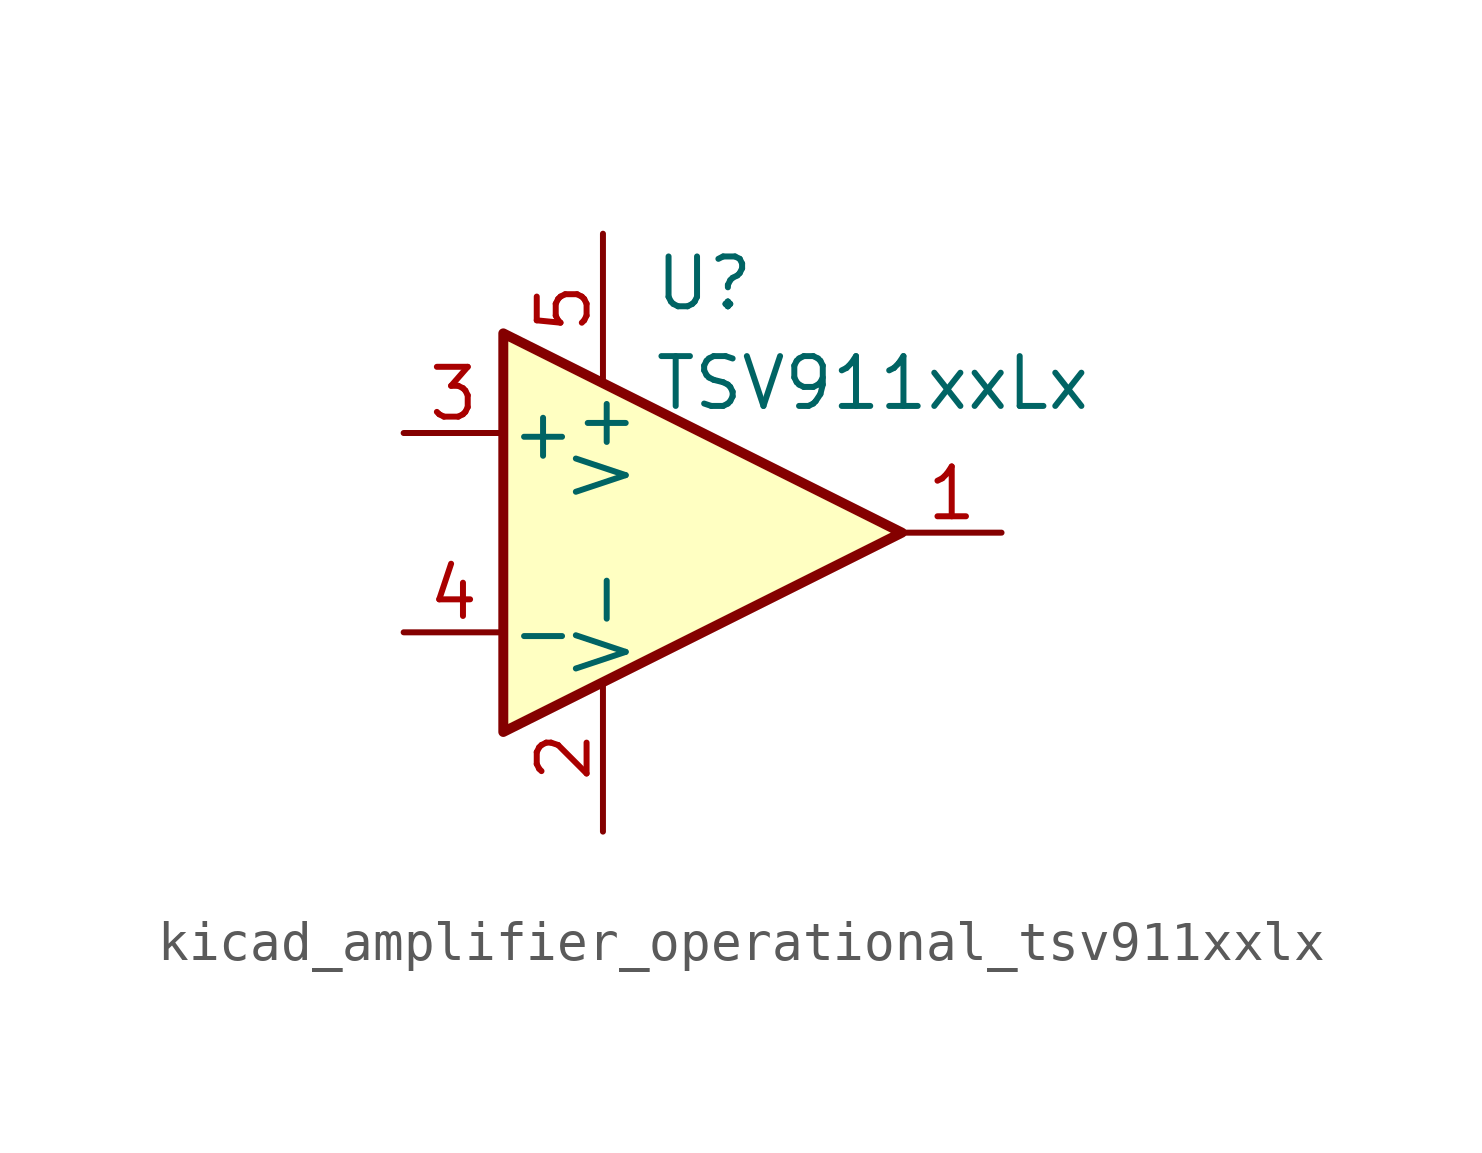
<source format=kicad_sym>
(kicad_symbol_lib
  (version 20220914)
  (generator kicad_symbol_editor)
  (symbol "kicad_amplifier_operational_tsv911xxlx"
    (pin_names
      (offset 0.127))
    (property "Reference" "U"
      (at -1.27 6.35 0)
      (effects (font (size 1.27 1.27)) (justify left)))
    (property "Value" "TSV911xxLx"
      (at -1.27 3.81 0)
      (effects (font (size 1.27 1.27)) (justify left)))
    (symbol "kicad_amplifier_operational_tsv911xxlx_0_1"
      (polyline (pts (xy -5.08 5.08) (xy 5.08 0) (xy -5.08 -5.08) (xy -5.08 5.08)) (stroke (width 0.254) (type default)) (fill (type background)))
      (pin power_in line (at -2.54 -7.62 90) (length 3.81) (name "V-" (effects (font (size 1.27 1.27)))) (number "2" (effects (font (size 1.27 1.27)))))
      (pin power_in line (at -2.54 7.62 270) (length 3.81) (name "V+" (effects (font (size 1.27 1.27)))) (number "5" (effects (font (size 1.27 1.27))))))
    (symbol "kicad_amplifier_operational_tsv911xxlx_1_1"
      (pin output line (at 7.62 0 180) (length 2.54) (name "~" (effects (font (size 1.27 1.27)))) (number "1" (effects (font (size 1.27 1.27)))))
      (pin input line (at -7.62 2.54 0) (length 2.54) (name "+" (effects (font (size 1.27 1.27)))) (number "3" (effects (font (size 1.27 1.27)))))
      (pin input line (at -7.62 -2.54 0) (length 2.54) (name "-" (effects (font (size 1.27 1.27)))) (number "4" (effects (font (size 1.27 1.27))))))))
</source>
